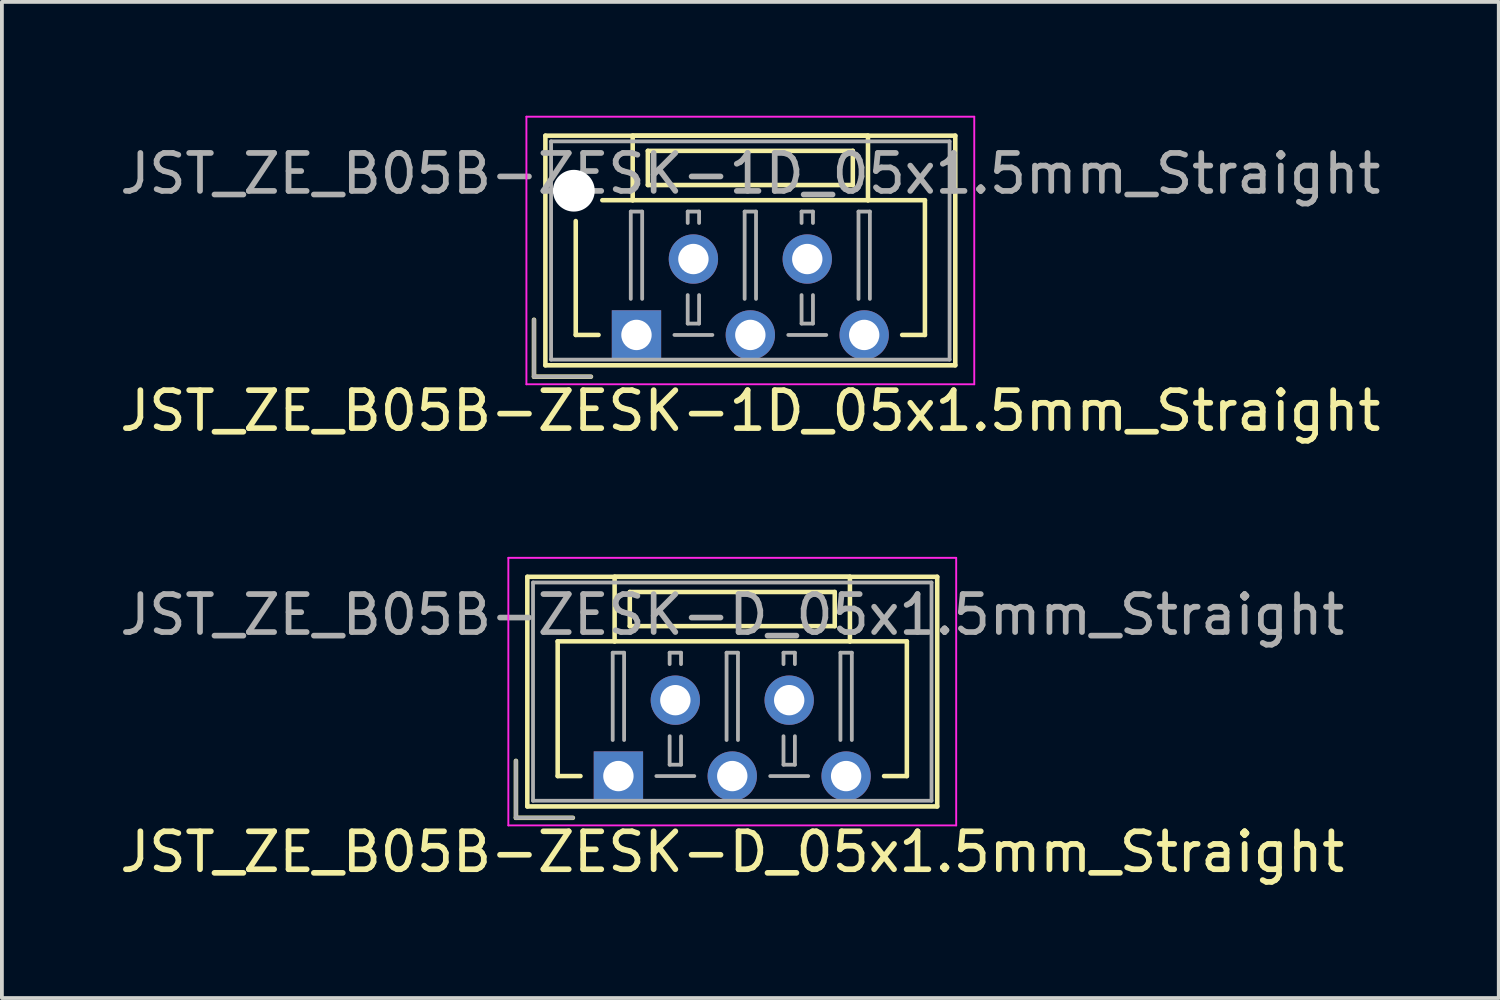
<source format=kicad_pcb>
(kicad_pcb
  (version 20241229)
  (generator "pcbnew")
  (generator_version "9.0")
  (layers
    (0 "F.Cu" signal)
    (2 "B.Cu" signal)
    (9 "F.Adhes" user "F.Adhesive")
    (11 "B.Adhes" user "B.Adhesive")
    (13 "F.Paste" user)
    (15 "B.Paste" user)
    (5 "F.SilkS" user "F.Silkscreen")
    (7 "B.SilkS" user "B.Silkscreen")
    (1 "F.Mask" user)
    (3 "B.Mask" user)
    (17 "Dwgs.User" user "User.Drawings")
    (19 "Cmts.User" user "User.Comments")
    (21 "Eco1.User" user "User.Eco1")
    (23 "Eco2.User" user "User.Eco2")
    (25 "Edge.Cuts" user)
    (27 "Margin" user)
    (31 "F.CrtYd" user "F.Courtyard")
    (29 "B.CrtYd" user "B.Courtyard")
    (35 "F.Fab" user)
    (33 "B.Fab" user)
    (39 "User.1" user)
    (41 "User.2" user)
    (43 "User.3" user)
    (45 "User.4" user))
  (footprint "JST_ZE_B05B-ZESK-D_05x1.5mm_Straight"
    (layer "F.Cu")
    (at 13.244 17.398)
    (property "Reference" "JST_ZE_B05B-ZESK-D_05x1.5mm_Straight" (at 3 2 0) (layer "F.SilkS") (effects (font (size 1 1) (thickness 0.15))))
    (attr through_hole)
    (fp_line (start -2.7 -0.4) (end -2.7 1.1) (stroke (width 0.12) (type solid)) (layer "F.SilkS"))
    (fp_line (start -2.7 1.1) (end -1.2 1.1) (stroke (width 0.12) (type solid)) (layer "F.SilkS"))
    (fp_line (start -2.4 -5.25) (end -2.4 0.8) (stroke (width 0.12) (type solid)) (layer "F.SilkS"))
    (fp_line (start -2.4 0.8) (end 8.4 0.8) (stroke (width 0.12) (type solid)) (layer "F.SilkS"))
    (fp_line (start -1.6 -3.55) (end -1.6 0) (stroke (width 0.12) (type solid)) (layer "F.SilkS"))
    (fp_line (start -1.6 0) (end -1 0) (stroke (width 0.12) (type solid)) (layer "F.SilkS"))
    (fp_line (start -0.1 -5.25) (end -0.1 -3.55) (stroke (width 0.12) (type solid)) (layer "F.SilkS"))
    (fp_line (start -0.1 -3.55) (end -1.6 -3.55) (stroke (width 0.12) (type solid)) (layer "F.SilkS"))
    (fp_line (start -0.1 -3.55) (end 6.1 -3.55) (stroke (width 0.12) (type solid)) (layer "F.SilkS"))
    (fp_line (start 0.3 -4.85) (end 0.3 -3.95) (stroke (width 0.12) (type solid)) (layer "F.SilkS"))
    (fp_line (start 0.3 -3.95) (end 5.7 -3.95) (stroke (width 0.12) (type solid)) (layer "F.SilkS"))
    (fp_line (start 5.7 -4.85) (end 0.3 -4.85) (stroke (width 0.12) (type solid)) (layer "F.SilkS"))
    (fp_line (start 5.7 -3.95) (end 5.7 -4.85) (stroke (width 0.12) (type solid)) (layer "F.SilkS"))
    (fp_line (start 6.1 -5.25) (end -0.1 -5.25) (stroke (width 0.12) (type solid)) (layer "F.SilkS"))
    (fp_line (start 6.1 -3.55) (end 6.1 -5.25) (stroke (width 0.12) (type solid)) (layer "F.SilkS"))
    (fp_line (start 6.1 -3.55) (end 7.6 -3.55) (stroke (width 0.12) (type solid)) (layer "F.SilkS"))
    (fp_line (start 7.6 -3.55) (end 7.6 0) (stroke (width 0.12) (type solid)) (layer "F.SilkS"))
    (fp_line (start 7.6 0) (end 7 0) (stroke (width 0.12) (type solid)) (layer "F.SilkS"))
    (fp_line (start 8.4 -5.25) (end -2.4 -5.25) (stroke (width 0.12) (type solid)) (layer "F.SilkS"))
    (fp_line (start 8.4 0.8) (end 8.4 -5.25) (stroke (width 0.12) (type solid)) (layer "F.SilkS"))
    (fp_line (start -2.9 -5.75) (end -2.9 1.3) (stroke (width 0.05) (type solid)) (layer "F.CrtYd"))
    (fp_line (start -2.9 1.3) (end 8.9 1.3) (stroke (width 0.05) (type solid)) (layer "F.CrtYd"))
    (fp_line (start 8.9 -5.75) (end -2.9 -5.75) (stroke (width 0.05) (type solid)) (layer "F.CrtYd"))
    (fp_line (start 8.9 1.3) (end 8.9 -5.75) (stroke (width 0.05) (type solid)) (layer "F.CrtYd"))
    (fp_line (start -2.7 -0.4) (end -2.7 1.1) (stroke (width 0.1) (type solid)) (layer "F.Fab"))
    (fp_line (start -2.7 1.1) (end -1.2 1.1) (stroke (width 0.1) (type solid)) (layer "F.Fab"))
    (fp_line (start -2.25 -5.1) (end -2.25 0.65) (stroke (width 0.1) (type solid)) (layer "F.Fab"))
    (fp_line (start -2.25 0.65) (end 8.25 0.65) (stroke (width 0.1) (type solid)) (layer "F.Fab"))
    (fp_line (start -0.15 -3.25) (end 0.15 -3.25) (stroke (width 0.1) (type solid)) (layer "F.Fab"))
    (fp_line (start -0.15 -0.95) (end -0.15 -3.25) (stroke (width 0.1) (type solid)) (layer "F.Fab"))
    (fp_line (start 0.15 -3.25) (end 0.15 -0.95) (stroke (width 0.1) (type solid)) (layer "F.Fab"))
    (fp_line (start 1 0) (end 2 0) (stroke (width 0.1) (type solid)) (layer "F.Fab"))
    (fp_line (start 1.35 -3.25) (end 1.65 -3.25) (stroke (width 0.1) (type solid)) (layer "F.Fab"))
    (fp_line (start 1.35 -2.95) (end 1.35 -3.25) (stroke (width 0.1) (type solid)) (layer "F.Fab"))
    (fp_line (start 1.35 -1.05) (end 1.35 -0.3) (stroke (width 0.1) (type solid)) (layer "F.Fab"))
    (fp_line (start 1.35 -0.3) (end 1.65 -0.3) (stroke (width 0.1) (type solid)) (layer "F.Fab"))
    (fp_line (start 1.65 -3.25) (end 1.65 -2.95) (stroke (width 0.1) (type solid)) (layer "F.Fab"))
    (fp_line (start 1.65 -0.3) (end 1.65 -1.05) (stroke (width 0.1) (type solid)) (layer "F.Fab"))
    (fp_line (start 2.85 -3.25) (end 3.15 -3.25) (stroke (width 0.1) (type solid)) (layer "F.Fab"))
    (fp_line (start 2.85 -0.95) (end 2.85 -3.25) (stroke (width 0.1) (type solid)) (layer "F.Fab"))
    (fp_line (start 3.15 -3.25) (end 3.15 -0.95) (stroke (width 0.1) (type solid)) (layer "F.Fab"))
    (fp_line (start 4 0) (end 5 0) (stroke (width 0.1) (type solid)) (layer "F.Fab"))
    (fp_line (start 4.35 -3.25) (end 4.65 -3.25) (stroke (width 0.1) (type solid)) (layer "F.Fab"))
    (fp_line (start 4.35 -2.95) (end 4.35 -3.25) (stroke (width 0.1) (type solid)) (layer "F.Fab"))
    (fp_line (start 4.35 -1.05) (end 4.35 -0.3) (stroke (width 0.1) (type solid)) (layer "F.Fab"))
    (fp_line (start 4.35 -0.3) (end 4.65 -0.3) (stroke (width 0.1) (type solid)) (layer "F.Fab"))
    (fp_line (start 4.65 -3.25) (end 4.65 -2.95) (stroke (width 0.1) (type solid)) (layer "F.Fab"))
    (fp_line (start 4.65 -0.3) (end 4.65 -1.05) (stroke (width 0.1) (type solid)) (layer "F.Fab"))
    (fp_line (start 5.85 -3.25) (end 6.15 -3.25) (stroke (width 0.1) (type solid)) (layer "F.Fab"))
    (fp_line (start 5.85 -0.95) (end 5.85 -3.25) (stroke (width 0.1) (type solid)) (layer "F.Fab"))
    (fp_line (start 6.15 -3.25) (end 6.15 -0.95) (stroke (width 0.1) (type solid)) (layer "F.Fab"))
    (fp_line (start 8.25 -5.1) (end -2.25 -5.1) (stroke (width 0.1) (type solid)) (layer "F.Fab"))
    (fp_line (start 8.25 0.65) (end 8.25 -5.1) (stroke (width 0.1) (type solid)) (layer "F.Fab"))
    (fp_text user "${REFERENCE}" (at 3 -4.25 0) (layer "F.Fab") (effects (font (size 1 1) (thickness 0.15))))
    (pad "1" thru_hole rect (at 0 0) (size 1.3 1.3) (drill 0.8) (layers "*.Cu" "*.Mask"))
    (pad "2" thru_hole circle (at 1.5 -2) (size 1.3 1.3) (drill 0.8) (layers "*.Cu" "*.Mask"))
    (pad "3" thru_hole circle (at 3 0) (size 1.3 1.3) (drill 0.8) (layers "*.Cu" "*.Mask"))
    (pad "4" thru_hole circle (at 4.5 -2) (size 1.3 1.3) (drill 0.8) (layers "*.Cu" "*.Mask"))
    (pad "5" thru_hole circle (at 6 0) (size 1.3 1.3) (drill 0.8) (layers "*.Cu" "*.Mask")))
  (footprint "JST_ZE_B05B-ZESK-1D_05x1.5mm_Straight"
    (layer "F.Cu")
    (at 13.72 5.775)
    (property "Reference" "JST_ZE_B05B-ZESK-1D_05x1.5mm_Straight" (at 3 2 0) (layer "F.SilkS") (effects (font (size 1 1) (thickness 0.15))))
    (attr through_hole)
    (fp_line (start -2.7 -0.4) (end -2.7 1.1) (stroke (width 0.12) (type solid)) (layer "F.SilkS"))
    (fp_line (start -2.7 1.1) (end -1.2 1.1) (stroke (width 0.12) (type solid)) (layer "F.SilkS"))
    (fp_line (start -2.4 -5.25) (end -2.4 0.8) (stroke (width 0.12) (type solid)) (layer "F.SilkS"))
    (fp_line (start -2.4 0.8) (end 8.4 0.8) (stroke (width 0.12) (type solid)) (layer "F.SilkS"))
    (fp_line (start -1.6 -3) (end -1.6 0) (stroke (width 0.12) (type solid)) (layer "F.SilkS"))
    (fp_line (start -1.6 0) (end -1 0) (stroke (width 0.12) (type solid)) (layer "F.SilkS"))
    (fp_line (start -0.1 -5.25) (end -0.1 -3.55) (stroke (width 0.12) (type solid)) (layer "F.SilkS"))
    (fp_line (start -0.1 -3.55) (end -0.9 -3.55) (stroke (width 0.12) (type solid)) (layer "F.SilkS"))
    (fp_line (start -0.1 -3.55) (end 6.1 -3.55) (stroke (width 0.12) (type solid)) (layer "F.SilkS"))
    (fp_line (start 0.3 -4.85) (end 0.3 -3.95) (stroke (width 0.12) (type solid)) (layer "F.SilkS"))
    (fp_line (start 0.3 -3.95) (end 5.7 -3.95) (stroke (width 0.12) (type solid)) (layer "F.SilkS"))
    (fp_line (start 5.7 -4.85) (end 0.3 -4.85) (stroke (width 0.12) (type solid)) (layer "F.SilkS"))
    (fp_line (start 5.7 -3.95) (end 5.7 -4.85) (stroke (width 0.12) (type solid)) (layer "F.SilkS"))
    (fp_line (start 6.1 -5.25) (end -0.1 -5.25) (stroke (width 0.12) (type solid)) (layer "F.SilkS"))
    (fp_line (start 6.1 -3.55) (end 6.1 -5.25) (stroke (width 0.12) (type solid)) (layer "F.SilkS"))
    (fp_line (start 6.1 -3.55) (end 7.6 -3.55) (stroke (width 0.12) (type solid)) (layer "F.SilkS"))
    (fp_line (start 7.6 -3.55) (end 7.6 0) (stroke (width 0.12) (type solid)) (layer "F.SilkS"))
    (fp_line (start 7.6 0) (end 7 0) (stroke (width 0.12) (type solid)) (layer "F.SilkS"))
    (fp_line (start 8.4 -5.25) (end -2.4 -5.25) (stroke (width 0.12) (type solid)) (layer "F.SilkS"))
    (fp_line (start 8.4 0.8) (end 8.4 -5.25) (stroke (width 0.12) (type solid)) (layer "F.SilkS"))
    (fp_line (start -2.9 -5.75) (end -2.9 1.3) (stroke (width 0.05) (type solid)) (layer "F.CrtYd"))
    (fp_line (start -2.9 1.3) (end 8.9 1.3) (stroke (width 0.05) (type solid)) (layer "F.CrtYd"))
    (fp_line (start 8.9 -5.75) (end -2.9 -5.75) (stroke (width 0.05) (type solid)) (layer "F.CrtYd"))
    (fp_line (start 8.9 1.3) (end 8.9 -5.75) (stroke (width 0.05) (type solid)) (layer "F.CrtYd"))
    (fp_line (start -2.7 -0.4) (end -2.7 1.1) (stroke (width 0.1) (type solid)) (layer "F.Fab"))
    (fp_line (start -2.7 1.1) (end -1.2 1.1) (stroke (width 0.1) (type solid)) (layer "F.Fab"))
    (fp_line (start -2.25 -5.1) (end -2.25 0.65) (stroke (width 0.1) (type solid)) (layer "F.Fab"))
    (fp_line (start -2.25 0.65) (end 8.25 0.65) (stroke (width 0.1) (type solid)) (layer "F.Fab"))
    (fp_line (start -0.15 -3.25) (end 0.15 -3.25) (stroke (width 0.1) (type solid)) (layer "F.Fab"))
    (fp_line (start -0.15 -0.95) (end -0.15 -3.25) (stroke (width 0.1) (type solid)) (layer "F.Fab"))
    (fp_line (start 0.15 -3.25) (end 0.15 -0.95) (stroke (width 0.1) (type solid)) (layer "F.Fab"))
    (fp_line (start 1 0) (end 2 0) (stroke (width 0.1) (type solid)) (layer "F.Fab"))
    (fp_line (start 1.35 -3.25) (end 1.65 -3.25) (stroke (width 0.1) (type solid)) (layer "F.Fab"))
    (fp_line (start 1.35 -2.95) (end 1.35 -3.25) (stroke (width 0.1) (type solid)) (layer "F.Fab"))
    (fp_line (start 1.35 -1.05) (end 1.35 -0.3) (stroke (width 0.1) (type solid)) (layer "F.Fab"))
    (fp_line (start 1.35 -0.3) (end 1.65 -0.3) (stroke (width 0.1) (type solid)) (layer "F.Fab"))
    (fp_line (start 1.65 -3.25) (end 1.65 -2.95) (stroke (width 0.1) (type solid)) (layer "F.Fab"))
    (fp_line (start 1.65 -0.3) (end 1.65 -1.05) (stroke (width 0.1) (type solid)) (layer "F.Fab"))
    (fp_line (start 2.85 -3.25) (end 3.15 -3.25) (stroke (width 0.1) (type solid)) (layer "F.Fab"))
    (fp_line (start 2.85 -0.95) (end 2.85 -3.25) (stroke (width 0.1) (type solid)) (layer "F.Fab"))
    (fp_line (start 3.15 -3.25) (end 3.15 -0.95) (stroke (width 0.1) (type solid)) (layer "F.Fab"))
    (fp_line (start 4 0) (end 5 0) (stroke (width 0.1) (type solid)) (layer "F.Fab"))
    (fp_line (start 4.35 -3.25) (end 4.65 -3.25) (stroke (width 0.1) (type solid)) (layer "F.Fab"))
    (fp_line (start 4.35 -2.95) (end 4.35 -3.25) (stroke (width 0.1) (type solid)) (layer "F.Fab"))
    (fp_line (start 4.35 -1.05) (end 4.35 -0.3) (stroke (width 0.1) (type solid)) (layer "F.Fab"))
    (fp_line (start 4.35 -0.3) (end 4.65 -0.3) (stroke (width 0.1) (type solid)) (layer "F.Fab"))
    (fp_line (start 4.65 -3.25) (end 4.65 -2.95) (stroke (width 0.1) (type solid)) (layer "F.Fab"))
    (fp_line (start 4.65 -0.3) (end 4.65 -1.05) (stroke (width 0.1) (type solid)) (layer "F.Fab"))
    (fp_line (start 5.85 -3.25) (end 6.15 -3.25) (stroke (width 0.1) (type solid)) (layer "F.Fab"))
    (fp_line (start 5.85 -0.95) (end 5.85 -3.25) (stroke (width 0.1) (type solid)) (layer "F.Fab"))
    (fp_line (start 6.15 -3.25) (end 6.15 -0.95) (stroke (width 0.1) (type solid)) (layer "F.Fab"))
    (fp_line (start 8.25 -5.1) (end -2.25 -5.1) (stroke (width 0.1) (type solid)) (layer "F.Fab"))
    (fp_line (start 8.25 0.65) (end 8.25 -5.1) (stroke (width 0.1) (type solid)) (layer "F.Fab"))
    (fp_text user "${REFERENCE}" (at 3 -4.25 0) (layer "F.Fab") (effects (font (size 1 1) (thickness 0.15))))
    (pad "" np_thru_hole circle (at -1.65 -3.8) (size 1.1 1.1) (drill 1.1) (layers "*.Cu"))
    (pad "1" thru_hole rect (at 0 0) (size 1.3 1.3) (drill 0.8) (layers "*.Cu" "*.Mask"))
    (pad "2" thru_hole circle (at 1.5 -2) (size 1.3 1.3) (drill 0.8) (layers "*.Cu" "*.Mask"))
    (pad "3" thru_hole circle (at 3 0) (size 1.3 1.3) (drill 0.8) (layers "*.Cu" "*.Mask"))
    (pad "4" thru_hole circle (at 4.5 -2) (size 1.3 1.3) (drill 0.8) (layers "*.Cu" "*.Mask"))
    (pad "5" thru_hole circle (at 6 0) (size 1.3 1.3) (drill 0.8) (layers "*.Cu" "*.Mask")))
  (gr_rect
    (start -3 -3)
    (end 36.44 23.247)
    (stroke (width 0.1) (type default))
    (fill no)
    (layer "Edge.Cuts")))
</source>
